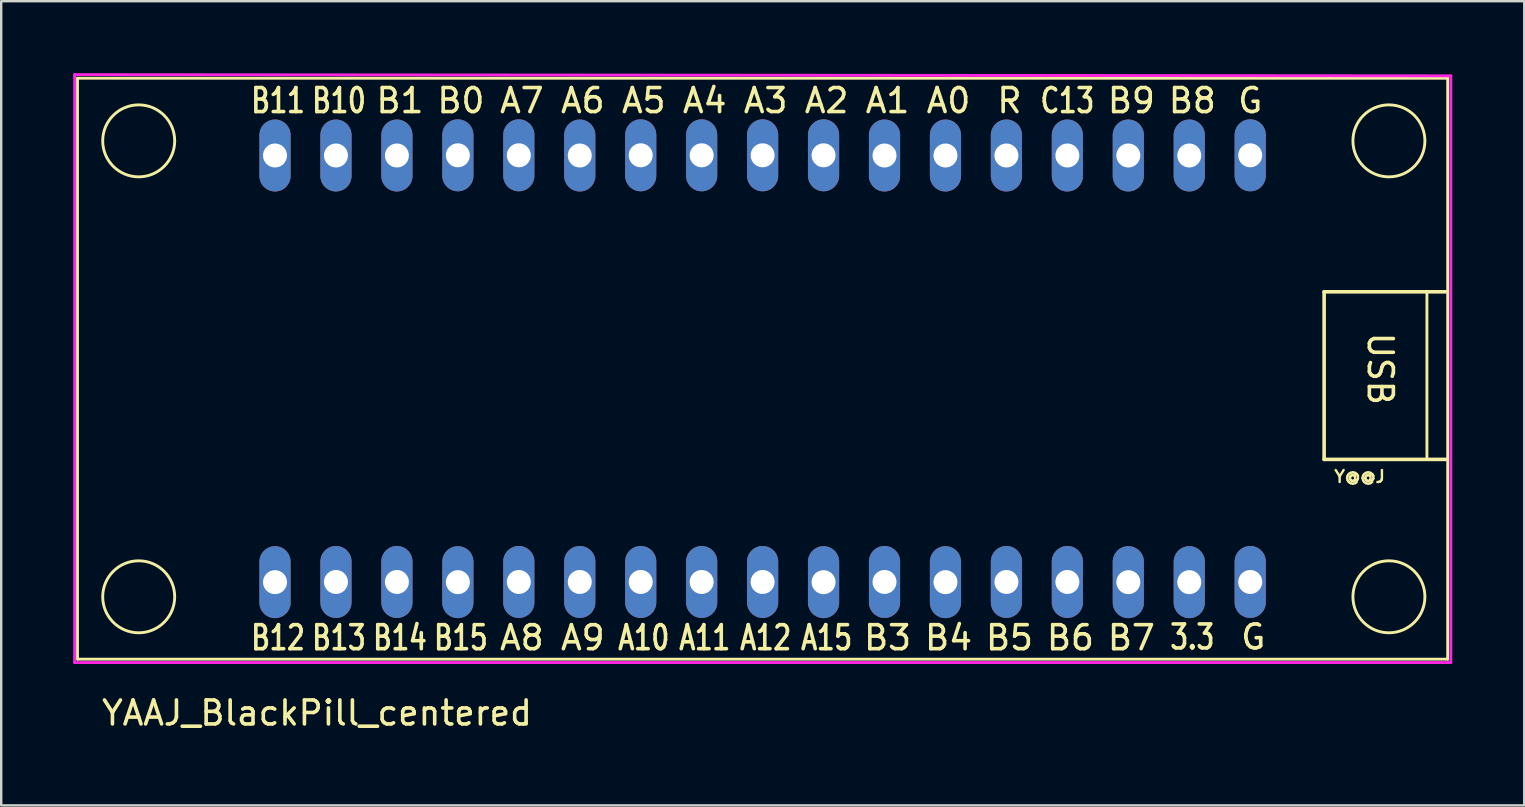
<source format=kicad_pcb>
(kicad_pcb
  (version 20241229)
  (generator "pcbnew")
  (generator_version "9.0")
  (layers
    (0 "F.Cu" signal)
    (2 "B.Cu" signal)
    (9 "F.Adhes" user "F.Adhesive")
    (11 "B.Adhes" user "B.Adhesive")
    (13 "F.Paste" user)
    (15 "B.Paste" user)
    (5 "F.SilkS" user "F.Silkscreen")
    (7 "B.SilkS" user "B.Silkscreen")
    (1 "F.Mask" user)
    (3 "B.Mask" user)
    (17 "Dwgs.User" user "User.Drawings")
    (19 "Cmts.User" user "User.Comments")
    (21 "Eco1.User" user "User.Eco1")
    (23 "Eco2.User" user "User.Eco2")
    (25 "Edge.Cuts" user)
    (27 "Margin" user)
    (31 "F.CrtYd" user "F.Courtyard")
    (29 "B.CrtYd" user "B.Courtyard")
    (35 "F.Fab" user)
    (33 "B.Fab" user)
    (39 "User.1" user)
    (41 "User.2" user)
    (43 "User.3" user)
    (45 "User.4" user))
  (footprint "YAAJ_BlackPill_centered"
    (layer "F.Cu")
    (at 28.77 12.32)
    (property "Reference" "YAAJ_BlackPill_centered" (at -18.61 14.343 180) (layer "F.SilkS") (effects (font (size 1 1) (thickness 0.15))))
    (attr through_hole)
    (fp_line (start -28.59 -12.11) (end 28.51 -12.11) (stroke (width 0.12) (type solid)) (layer "F.SilkS"))
    (fp_line (start -28.59 12.1) (end -28.59 -12.11) (stroke (width 0.12) (type solid)) (layer "F.SilkS"))
    (fp_line (start 23.36 -3.21) (end 23.36 3.775) (stroke (width 0.15) (type solid)) (layer "F.SilkS"))
    (fp_line (start 23.36 3.775) (end 28.44 3.775) (stroke (width 0.15) (type solid)) (layer "F.SilkS"))
    (fp_line (start 27.644 3.755) (end 27.644 -3.23) (stroke (width 0.12) (type solid)) (layer "F.SilkS"))
    (fp_line (start 28.44 -3.21) (end 23.36 -3.21) (stroke (width 0.15) (type solid)) (layer "F.SilkS"))
    (fp_line (start 28.51 -12.11) (end 28.51 12.1) (stroke (width 0.12) (type solid)) (layer "F.SilkS"))
    (fp_line (start 28.51 12.1) (end -28.59 12.1) (stroke (width 0.12) (type solid)) (layer "F.SilkS"))
    (fp_circle (center -26.04 -9.5) (end -24.54 -9.5) (stroke (width 0.12) (type solid)) (fill no) (layer "F.SilkS"))
    (fp_circle (center -26.04 9.5) (end -24.54 9.5) (stroke (width 0.12) (type solid)) (fill no) (layer "F.SilkS"))
    (fp_circle (center 26.06 -9.5) (end 27.56 -9.5) (stroke (width 0.12) (type solid)) (fill no) (layer "F.SilkS"))
    (fp_circle (center 26.06 9.5) (end 27.56 9.5) (stroke (width 0.12) (type solid)) (fill no) (layer "F.SilkS"))
    (fp_line (start -28.71 -12.26) (end -28.71 12.24) (stroke (width 0.12) (type solid)) (layer "F.CrtYd"))
    (fp_line (start -28.71 12.24) (end 28.64 12.24) (stroke (width 0.12) (type solid)) (layer "F.CrtYd"))
    (fp_line (start 28.64 -12.21) (end -28.71 -12.26) (stroke (width 0.12) (type solid)) (layer "F.CrtYd"))
    (fp_line (start 28.64 12.24) (end 28.64 -12.21) (stroke (width 0.12) (type solid)) (layer "F.CrtYd"))
    (fp_text user "B11" (at -20.233 -11.176 0) (layer "F.SilkS") (effects (font (size 1 0.762) (thickness 0.15))))
    (fp_text user "A7" (at -10.073 -11.176 0) (layer "F.SilkS") (effects (font (size 1 1) (thickness 0.15))))
    (fp_text user "A12" (at 0.087 11.207 0) (layer "F.SilkS") (effects (font (size 1 0.762) (thickness 0.15))))
    (fp_text user "A9" (at -7.533 11.207 0) (layer "F.SilkS") (effects (font (size 1 1) (thickness 0.15))))
    (fp_text user "A15" (at 2.627 11.207 0) (layer "F.SilkS") (effects (font (size 1 0.762) (thickness 0.15))))
    (fp_text user "A4" (at -2.453 -11.176 0) (layer "F.SilkS") (effects (font (size 1 1) (thickness 0.15))))
    (fp_text user "B8" (at 17.867 -11.176 0) (layer "F.SilkS") (effects (font (size 1 1) (thickness 0.15))))
    (fp_text user "B3" (at 5.167 11.207 0) (layer "F.SilkS") (effects (font (size 1 1) (thickness 0.15))))
    (fp_text user "B6" (at 12.787 11.207 0) (layer "F.SilkS") (effects (font (size 1 1) (thickness 0.15))))
    (fp_text user "B7" (at 15.327 11.207 0) (layer "F.SilkS") (effects (font (size 1 1) (thickness 0.15))))
    (fp_text user "B12" (at -20.233 11.207 0) (layer "F.SilkS") (effects (font (size 1 0.762) (thickness 0.15))))
    (fp_text user "A10" (at -4.993 11.207 0) (layer "F.SilkS") (effects (font (size 1 0.762) (thickness 0.15))))
    (fp_text user "A11" (at -2.453 11.207 0) (layer "F.SilkS") (effects (font (size 1 0.762) (thickness 0.15))))
    (fp_text user "B0" (at -12.613 -11.176 0) (layer "F.SilkS") (effects (font (size 1 1) (thickness 0.15))))
    (fp_text user "B4" (at 7.707 11.207 0) (layer "F.SilkS") (effects (font (size 1 1) (thickness 0.15))))
    (fp_text user "B15" (at -12.613 11.207 0) (layer "F.SilkS") (effects (font (size 1 0.762) (thickness 0.15))))
    (fp_text user "R" (at 10.247 -11.176 0) (layer "F.SilkS") (effects (font (size 1 1) (thickness 0.15))))
    (fp_text user "A8" (at -10.073 11.207 0) (layer "F.SilkS") (effects (font (size 1 1) (thickness 0.15))))
    (fp_text user "A1" (at 5.167 -11.176 0) (layer "F.SilkS") (effects (font (size 1 1) (thickness 0.15))))
    (fp_text user "3.3" (at 17.867 11.176 0) (layer "F.SilkS") (effects (font (size 1 0.762) (thickness 0.15))))
    (fp_text user "B5" (at 10.247 11.207 0) (layer "F.SilkS") (effects (font (size 1 1) (thickness 0.15))))
    (fp_text user "B10" (at -17.693 -11.176 0) (layer "F.SilkS") (effects (font (size 1 0.762) (thickness 0.15))))
    (fp_text user "A3" (at 0.087 -11.176 0) (layer "F.SilkS") (effects (font (size 1 1) (thickness 0.15))))
    (fp_text user "B14" (at -15.153 11.207 0) (layer "F.SilkS") (effects (font (size 1 0.762) (thickness 0.15))))
    (fp_text user "A5" (at -4.993 -11.176 0) (layer "F.SilkS") (effects (font (size 1 1) (thickness 0.15))))
    (fp_text user "G" (at 20.28 -11.176 0) (layer "F.SilkS") (effects (font (size 1 1) (thickness 0.15))))
    (fp_text user "B9" (at 15.327 -11.176 0) (layer "F.SilkS") (effects (font (size 1 1) (thickness 0.15))))
    (fp_text user "G" (at 20.407 11.176 0) (layer "F.SilkS") (effects (font (size 1 1) (thickness 0.15))))
    (fp_text user "C13" (at 12.66 -11.176 0) (layer "F.SilkS") (effects (font (size 1 0.762) (thickness 0.15))))
    (fp_text user "A6" (at -7.533 -11.176 0) (layer "F.SilkS") (effects (font (size 1 1) (thickness 0.15))))
    (fp_text user "B1" (at -15.153 -11.176 0) (layer "F.SilkS") (effects (font (size 1 1) (thickness 0.15))))
    (fp_text user "A0" (at 7.707 -11.176 0) (layer "F.SilkS") (effects (font (size 1 1) (thickness 0.15))))
    (fp_text user "A2" (at 2.627 -11.176 0) (layer "F.SilkS") (effects (font (size 1 1) (thickness 0.15))))
    (fp_text user "Y@@J" (at 24.84 4.49 0) (layer "F.SilkS") (effects (font (size 0.5 0.5) (thickness 0.1))))
    (fp_text user "B13" (at -17.693 11.207 0) (layer "F.SilkS") (effects (font (size 1 0.762) (thickness 0.15))))
    (fp_text user "USB" (at 25.7 0 270) (unlocked yes) (layer "F.SilkS") (effects (font (size 1 1) (thickness 0.15))))
    (pad "3V3" thru_hole oval (at 17.74 8.89) (size 1.3 3) (drill 1) (layers "*.Cu" "*.Mask"))
    (pad "A0" thru_hole oval (at 7.58 -8.89) (size 1.3 3) (drill 1) (layers "*.Cu" "*.Mask"))
    (pad "A1" thru_hole oval (at 5.04 -8.89) (size 1.3 3) (drill 1) (layers "*.Cu" "*.Mask"))
    (pad "A2" thru_hole oval (at 2.5 -8.898) (size 1.3 3) (drill 1) (layers "*.Cu" "*.Mask"))
    (pad "A3" thru_hole oval (at -0.04 -8.898) (size 1.3 3) (drill 1) (layers "*.Cu" "*.Mask"))
    (pad "A4" thru_hole oval (at -2.58 -8.898) (size 1.3 3) (drill 1) (layers "*.Cu" "*.Mask"))
    (pad "A5" thru_hole oval (at -5.12 -8.898) (size 1.3 3) (drill 1) (layers "*.Cu" "*.Mask"))
    (pad "A6" thru_hole oval (at -7.66 -8.89) (size 1.3 3) (drill 1) (layers "*.Cu" "*.Mask"))
    (pad "A7" thru_hole oval (at -10.2 -8.898) (size 1.3 3) (drill 1) (layers "*.Cu" "*.Mask"))
    (pad "A8" thru_hole oval (at -10.2 8.882) (size 1.3 3) (drill 1) (layers "*.Cu" "*.Mask"))
    (pad "A9" thru_hole oval (at -7.66 8.882) (size 1.3 3) (drill 1) (layers "*.Cu" "*.Mask"))
    (pad "A10" thru_hole oval (at -5.12 8.882) (size 1.3 3) (drill 1) (layers "*.Cu" "*.Mask"))
    (pad "A11" thru_hole oval (at -2.58 8.882) (size 1.3 3) (drill 1) (layers "*.Cu" "*.Mask"))
    (pad "A12" thru_hole oval (at -0.04 8.882) (size 1.3 3) (drill 1) (layers "*.Cu" "*.Mask"))
    (pad "A15" thru_hole oval (at 2.5 8.89) (size 1.3 3) (drill 1) (layers "*.Cu" "*.Mask"))
    (pad "B0" thru_hole oval (at -12.74 -8.898) (size 1.3 3) (drill 1) (layers "*.Cu" "*.Mask"))
    (pad "B1" thru_hole oval (at -15.28 -8.89) (size 1.3 3) (drill 1) (layers "*.Cu" "*.Mask"))
    (pad "B3" thru_hole oval (at 5.04 8.882) (size 1.3 3) (drill 1) (layers "*.Cu" "*.Mask"))
    (pad "B4" thru_hole oval (at 7.58 8.89) (size 1.3 3) (drill 1) (layers "*.Cu" "*.Mask"))
    (pad "B5" thru_hole oval (at 10.12 8.882) (size 1.3 3) (drill 1) (layers "*.Cu" "*.Mask"))
    (pad "B6" thru_hole oval (at 12.66 8.882) (size 1.3 3) (drill 1) (layers "*.Cu" "*.Mask"))
    (pad "B7" thru_hole oval (at 15.2 8.89) (size 1.3 3) (drill 1) (layers "*.Cu" "*.Mask"))
    (pad "B8" thru_hole oval (at 17.74 -8.89) (size 1.3 3) (drill 1) (layers "*.Cu" "*.Mask"))
    (pad "B9" thru_hole oval (at 15.2 -8.89) (size 1.3 3) (drill 1) (layers "*.Cu" "*.Mask"))
    (pad "B10" thru_hole oval (at -17.82 -8.89) (size 1.3 3) (drill 1) (layers "*.Cu" "*.Mask"))
    (pad "B11" thru_hole oval (at -20.36 -8.89) (size 1.3 3) (drill 1) (layers "*.Cu" "*.Mask"))
    (pad "B12" thru_hole oval (at -20.36 8.89) (size 1.3 3) (drill 1) (layers "*.Cu" "*.Mask"))
    (pad "B13" thru_hole oval (at -17.82 8.882) (size 1.3 3) (drill 1) (layers "*.Cu" "*.Mask"))
    (pad "B14" thru_hole oval (at -15.28 8.882) (size 1.3 3) (drill 1) (layers "*.Cu" "*.Mask"))
    (pad "B15" thru_hole oval (at -12.74 8.89) (size 1.3 3) (drill 1) (layers "*.Cu" "*.Mask"))
    (pad "C13" thru_hole oval (at 12.66 -8.89) (size 1.3 3) (drill 1) (layers "*.Cu" "*.Mask"))
    (pad "G" thru_hole oval (at 20.28 -8.898) (size 1.3 3) (drill 1) (layers "*.Cu" "*.Mask"))
    (pad "G" thru_hole oval (at 20.28 8.882) (size 1.3 3) (drill 1) (layers "*.Cu" "*.Mask"))
    (pad "NRST" thru_hole oval (at 10.12 -8.89) (size 1.3 3) (drill 1) (layers "*.Cu" "*.Mask")))
  (gr_rect
    (start -3 -3)
    (end 60.47 30.512)
    (stroke (width 0.1) (type default))
    (fill no)
    (layer "Edge.Cuts")))
</source>
